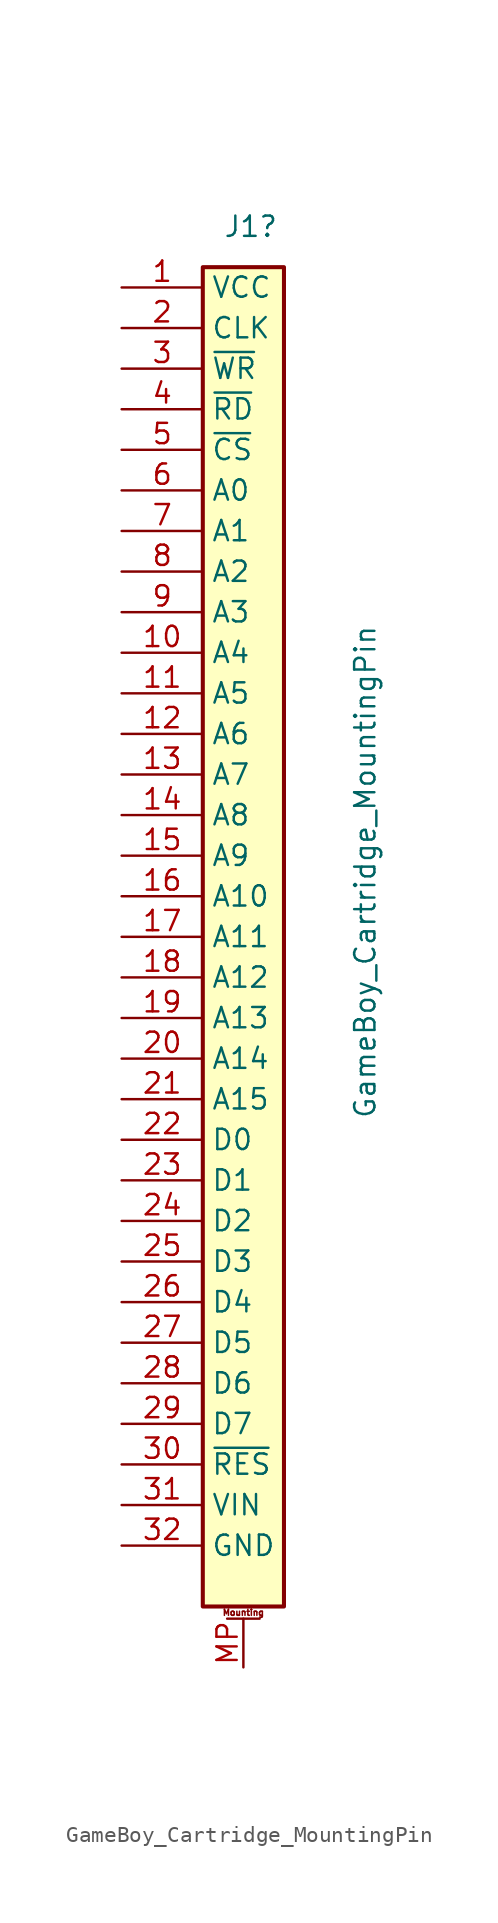
<source format=kicad_sym>
(kicad_symbol_lib
  (version 20211014)
  (generator kicad_symbol_editor)
  (symbol "GameBoy_Cartridge_MountingPin"
    (property "Reference" "J1"
      (at -1.27 44.45 0)
      (effects (font (size 1.27 1.27)) (justify left)))
    (property "Value" "GameBoy_Cartridge_MountingPin"
      (at 7.62 -11.43 90)
      (effects (font (size 1.27 1.27)) (justify left)))
    (symbol "GameBoy_Cartridge_MountingPin_0_1"
      (rectangle (start -2.54 41.91) (end 2.54 -41.91) (stroke (width 0.254) (type default) (color 0 0 0 0)) (fill (type background))))
    (symbol "GameBoy_Cartridge_MountingPin_1_1"
      (polyline (pts (xy -1.016 -42.672) (xy 1.016 -42.672)) (stroke (width 0.152) (type default) (color 0 0 0 0)) (fill (type none)))
      (text "Mounting" (at 0 -42.291 0) (effects (font (size 0.381 0.381))))
      (pin passive line (at -7.62 40.64 0) (length 5.08) (name "VCC" (effects (font (size 1.27 1.27)))) (number "1" (effects (font (size 1.27 1.27)))))
      (pin passive line (at -7.62 17.78 0) (length 5.08) (name "A4" (effects (font (size 1.27 1.27)))) (number "10" (effects (font (size 1.27 1.27)))))
      (pin passive line (at -7.62 15.24 0) (length 5.08) (name "A5" (effects (font (size 1.27 1.27)))) (number "11" (effects (font (size 1.27 1.27)))))
      (pin passive line (at -7.62 12.7 0) (length 5.08) (name "A6" (effects (font (size 1.27 1.27)))) (number "12" (effects (font (size 1.27 1.27)))))
      (pin passive line (at -7.62 10.16 0) (length 5.08) (name "A7" (effects (font (size 1.27 1.27)))) (number "13" (effects (font (size 1.27 1.27)))))
      (pin passive line (at -7.62 7.62 0) (length 5.08) (name "A8" (effects (font (size 1.27 1.27)))) (number "14" (effects (font (size 1.27 1.27)))))
      (pin passive line (at -7.62 5.08 0) (length 5.08) (name "A9" (effects (font (size 1.27 1.27)))) (number "15" (effects (font (size 1.27 1.27)))))
      (pin passive line (at -7.62 2.54 0) (length 5.08) (name "A10" (effects (font (size 1.27 1.27)))) (number "16" (effects (font (size 1.27 1.27)))))
      (pin passive line (at -7.62 0 0) (length 5.08) (name "A11" (effects (font (size 1.27 1.27)))) (number "17" (effects (font (size 1.27 1.27)))))
      (pin passive line (at -7.62 -2.54 0) (length 5.08) (name "A12" (effects (font (size 1.27 1.27)))) (number "18" (effects (font (size 1.27 1.27)))))
      (pin passive line (at -7.62 -5.08 0) (length 5.08) (name "A13" (effects (font (size 1.27 1.27)))) (number "19" (effects (font (size 1.27 1.27)))))
      (pin passive line (at -7.62 38.1 0) (length 5.08) (name "CLK" (effects (font (size 1.27 1.27)))) (number "2" (effects (font (size 1.27 1.27)))))
      (pin passive line (at -7.62 -7.62 0) (length 5.08) (name "A14" (effects (font (size 1.27 1.27)))) (number "20" (effects (font (size 1.27 1.27)))))
      (pin passive line (at -7.62 -10.16 0) (length 5.08) (name "A15" (effects (font (size 1.27 1.27)))) (number "21" (effects (font (size 1.27 1.27)))))
      (pin passive line (at -7.62 -12.7 0) (length 5.08) (name "D0" (effects (font (size 1.27 1.27)))) (number "22" (effects (font (size 1.27 1.27)))))
      (pin passive line (at -7.62 -15.24 0) (length 5.08) (name "D1" (effects (font (size 1.27 1.27)))) (number "23" (effects (font (size 1.27 1.27)))))
      (pin passive line (at -7.62 -17.78 0) (length 5.08) (name "D2" (effects (font (size 1.27 1.27)))) (number "24" (effects (font (size 1.27 1.27)))))
      (pin passive line (at -7.62 -20.32 0) (length 5.08) (name "D3" (effects (font (size 1.27 1.27)))) (number "25" (effects (font (size 1.27 1.27)))))
      (pin passive line (at -7.62 -22.86 0) (length 5.08) (name "D4" (effects (font (size 1.27 1.27)))) (number "26" (effects (font (size 1.27 1.27)))))
      (pin passive line (at -7.62 -25.4 0) (length 5.08) (name "D5" (effects (font (size 1.27 1.27)))) (number "27" (effects (font (size 1.27 1.27)))))
      (pin passive line (at -7.62 -27.94 0) (length 5.08) (name "D6" (effects (font (size 1.27 1.27)))) (number "28" (effects (font (size 1.27 1.27)))))
      (pin passive line (at -7.62 -30.48 0) (length 5.08) (name "D7" (effects (font (size 1.27 1.27)))) (number "29" (effects (font (size 1.27 1.27)))))
      (pin passive line (at -7.62 35.56 0) (length 5.08) (name "~{WR}" (effects (font (size 1.27 1.27)))) (number "3" (effects (font (size 1.27 1.27)))))
      (pin passive line (at -7.62 -33.02 0) (length 5.08) (name "~{RES}" (effects (font (size 1.27 1.27)))) (number "30" (effects (font (size 1.27 1.27)))))
      (pin passive line (at -7.62 -35.56 0) (length 5.08) (name "VIN" (effects (font (size 1.27 1.27)))) (number "31" (effects (font (size 1.27 1.27)))))
      (pin passive line (at -7.62 -38.1 0) (length 5.08) (name "GND" (effects (font (size 1.27 1.27)))) (number "32" (effects (font (size 1.27 1.27)))))
      (pin passive line (at -7.62 33.02 0) (length 5.08) (name "~{RD}" (effects (font (size 1.27 1.27)))) (number "4" (effects (font (size 1.27 1.27)))))
      (pin passive line (at -7.62 30.48 0) (length 5.08) (name "~{CS}" (effects (font (size 1.27 1.27)))) (number "5" (effects (font (size 1.27 1.27)))))
      (pin passive line (at -7.62 27.94 0) (length 5.08) (name "A0" (effects (font (size 1.27 1.27)))) (number "6" (effects (font (size 1.27 1.27)))))
      (pin passive line (at -7.62 25.4 0) (length 5.08) (name "A1" (effects (font (size 1.27 1.27)))) (number "7" (effects (font (size 1.27 1.27)))))
      (pin passive line (at -7.62 22.86 0) (length 5.08) (name "A2" (effects (font (size 1.27 1.27)))) (number "8" (effects (font (size 1.27 1.27)))))
      (pin passive line (at -7.62 20.32 0) (length 5.08) (name "A3" (effects (font (size 1.27 1.27)))) (number "9" (effects (font (size 1.27 1.27)))))
      (pin passive line (at 0 -45.72 90) (length 3.048) (name "~" (effects (font (size 1.27 1.27)))) (number "MP" (effects (font (size 1.27 1.27))))))))
</source>
